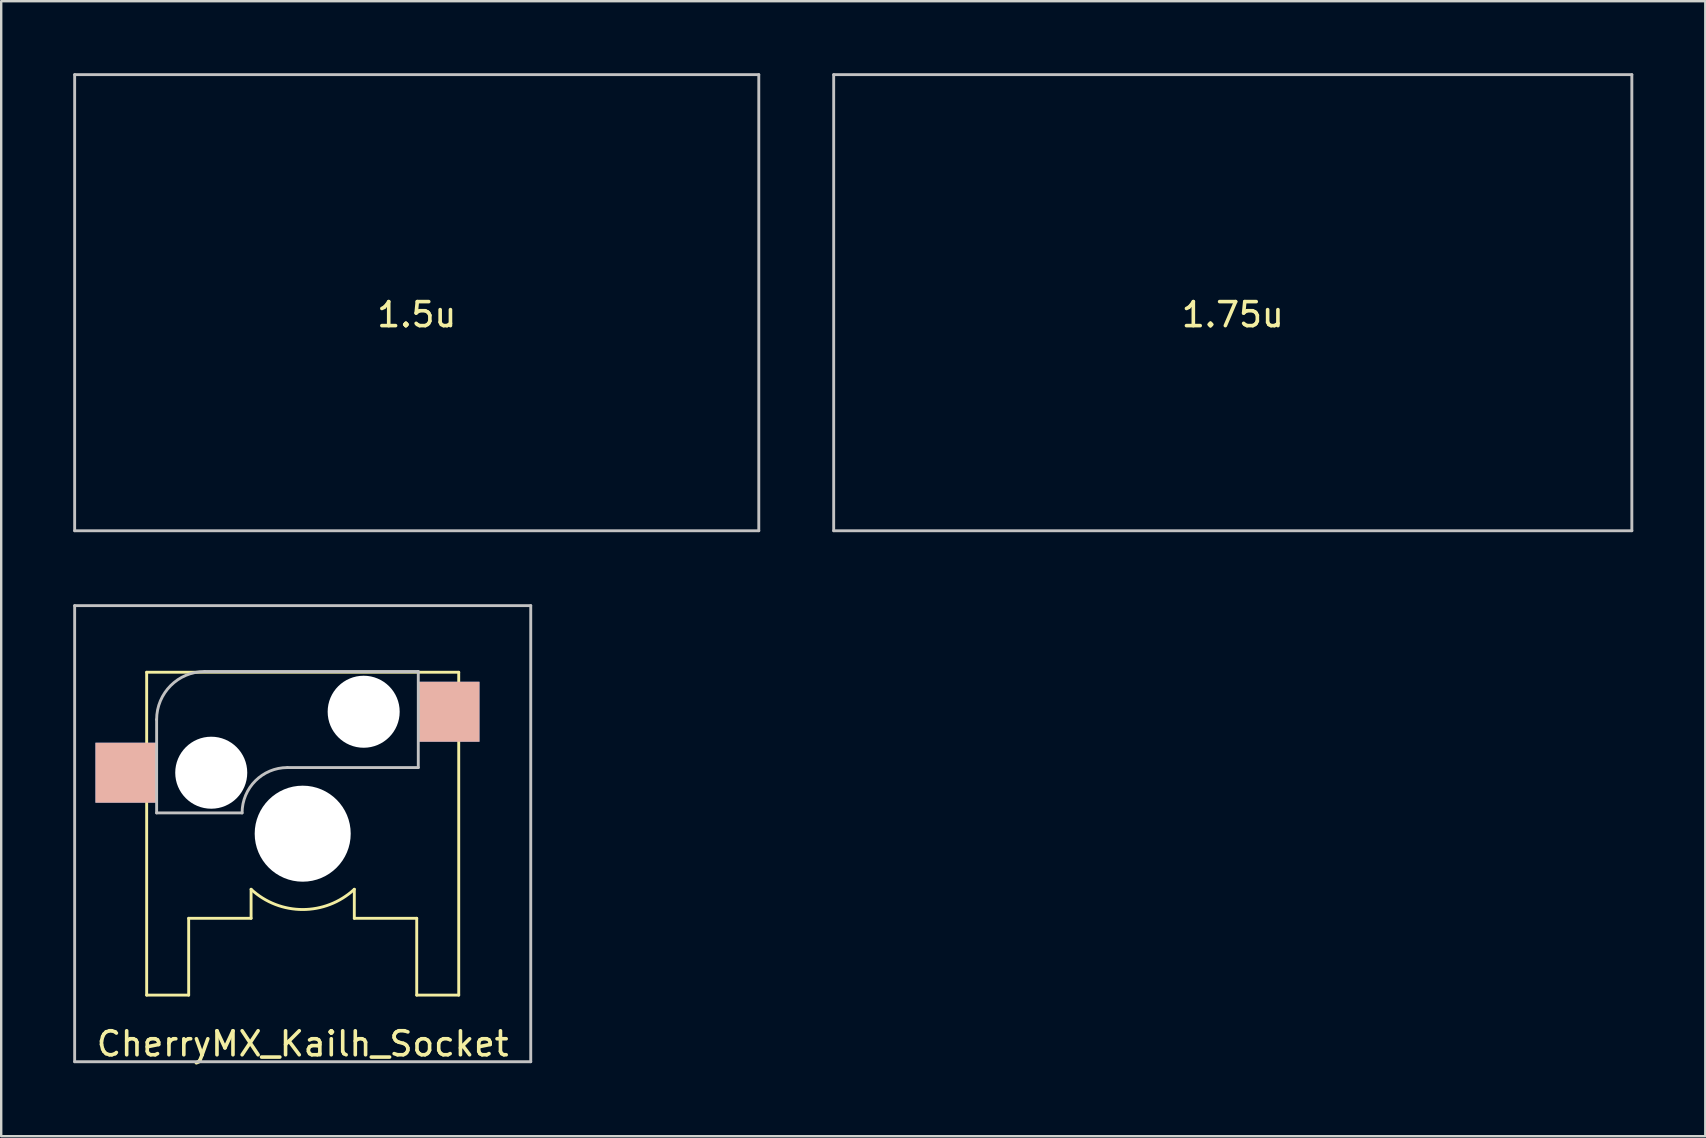
<source format=kicad_pcb>
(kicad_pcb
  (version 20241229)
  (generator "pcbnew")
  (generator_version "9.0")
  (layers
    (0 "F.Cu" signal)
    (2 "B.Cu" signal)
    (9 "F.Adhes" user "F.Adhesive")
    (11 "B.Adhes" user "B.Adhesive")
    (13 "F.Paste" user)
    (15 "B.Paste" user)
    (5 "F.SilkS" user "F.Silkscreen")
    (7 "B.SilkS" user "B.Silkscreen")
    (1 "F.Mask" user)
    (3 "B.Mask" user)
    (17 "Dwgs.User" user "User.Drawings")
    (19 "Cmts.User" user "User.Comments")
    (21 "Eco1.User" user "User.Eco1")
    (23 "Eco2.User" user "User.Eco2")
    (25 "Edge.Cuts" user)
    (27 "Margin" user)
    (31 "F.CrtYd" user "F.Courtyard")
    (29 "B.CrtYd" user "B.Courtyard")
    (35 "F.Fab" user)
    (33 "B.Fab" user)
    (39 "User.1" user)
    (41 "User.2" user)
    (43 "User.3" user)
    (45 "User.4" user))
  (footprint "1.75u"
    (layer "F.Cu")
    (at 48.305 9.56)
    (property "Reference" "1.75u" (at 0 0.5 0) (layer "F.SilkS") (effects (font (size 1 1) (thickness 0.15))))
    (attr through_hole)
    (fp_line (start -16.625 -9.5) (end -16.625 9.5) (stroke (width 0.12) (type solid)) (layer "Dwgs.User"))
    (fp_line (start -16.625 -9.5) (end 16.625 -9.5) (stroke (width 0.12) (type solid)) (layer "Dwgs.User"))
    (fp_line (start -16.625 9.5) (end 16.625 9.5) (stroke (width 0.12) (type solid)) (layer "Dwgs.User"))
    (fp_line (start 16.625 9.5) (end 16.625 -9.5) (stroke (width 0.12) (type solid)) (layer "Dwgs.User")))
  (footprint "CherryMX_Kailh_Socket"
    (layer "F.Cu")
    (at 9.56 31.68)
    (property "Reference" "CherryMX_Kailh_Socket" (at 0 8.755 0) (layer "F.SilkS") (effects (font (size 1 1) (thickness 0.15))))
    (attr through_hole)
    (fp_line (start -6.5 -6.725) (end -6.5 6.725) (stroke (width 0.12) (type solid)) (layer "F.SilkS"))
    (fp_line (start -6.5 -6.725) (end 6.5 -6.725) (stroke (width 0.12) (type solid)) (layer "F.SilkS"))
    (fp_line (start -6.5 6.725) (end -4.75 6.725) (stroke (width 0.12) (type solid)) (layer "F.SilkS"))
    (fp_line (start -4.75 3.525) (end -4.75 6.725) (stroke (width 0.12) (type solid)) (layer "F.SilkS"))
    (fp_line (start -4.75 3.525) (end -2.15 3.525) (stroke (width 0.12) (type solid)) (layer "F.SilkS"))
    (fp_line (start -2.15 2.315) (end -2.15 3.525) (stroke (width 0.12) (type solid)) (layer "F.SilkS"))
    (fp_line (start 2.15 2.315) (end 2.15 3.525) (stroke (width 0.12) (type solid)) (layer "F.SilkS"))
    (fp_line (start 2.15 3.525) (end 4.75 3.525) (stroke (width 0.12) (type solid)) (layer "F.SilkS"))
    (fp_line (start 4.75 3.525) (end 4.75 6.725) (stroke (width 0.12) (type solid)) (layer "F.SilkS"))
    (fp_line (start 4.75 6.725) (end 6.5 6.725) (stroke (width 0.12) (type solid)) (layer "F.SilkS"))
    (fp_line (start 6.5 -6.725) (end 6.5 6.725) (stroke (width 0.12) (type solid)) (layer "F.SilkS"))
    (fp_arc (start 2.149998 2.314998) (mid 0 3.159384) (end -2.149998 2.314998) (stroke (width 0.12) (type solid)) (layer "F.SilkS"))
    (fp_line (start -9.5 -9.5) (end 9.5 -9.5) (stroke (width 0.12) (type solid)) (layer "Dwgs.User"))
    (fp_line (start -9.5 9.5) (end -9.5 -9.5) (stroke (width 0.12) (type solid)) (layer "Dwgs.User"))
    (fp_line (start -6.085 -4.755) (end -6.085 -0.865) (stroke (width 0.12) (type solid)) (layer "Dwgs.User"))
    (fp_line (start -6.085 -0.865) (end -2.525 -0.865) (stroke (width 0.12) (type solid)) (layer "Dwgs.User"))
    (fp_line (start -4.085 -6.755) (end 4.815 -6.755) (stroke (width 0.12) (type solid)) (layer "Dwgs.User"))
    (fp_line (start 4.815 -6.755) (end 4.815 -2.755) (stroke (width 0.12) (type solid)) (layer "Dwgs.User"))
    (fp_line (start 4.815 -2.755) (end -0.635 -2.755) (stroke (width 0.12) (type solid)) (layer "Dwgs.User"))
    (fp_line (start 9.5 -9.5) (end 9.5 9.5) (stroke (width 0.12) (type solid)) (layer "Dwgs.User"))
    (fp_line (start 9.5 9.5) (end -9.5 9.5) (stroke (width 0.12) (type solid)) (layer "Dwgs.User"))
    (fp_arc (start -6.085 -4.755) (mid -5.499214 -6.169214) (end -4.085 -6.755) (stroke (width 0.12) (type solid)) (layer "Dwgs.User"))
    (fp_arc (start -2.525 -0.865) (mid -1.971432 -2.201432) (end -0.635 -2.755) (stroke (width 0.12) (type solid)) (layer "Dwgs.User"))
    (pad "" np_thru_hole circle (at -3.81 -2.54) (size 3 3) (drill 3) (layers "*.Cu" "*.Mask"))
    (pad "" np_thru_hole circle (at 0 0) (size 4 4) (drill 4) (layers "*.Cu" "*.Mask"))
    (pad "" np_thru_hole circle (at 2.54 -5.08) (size 3 3) (drill 3) (layers "*.Cu" "*.Mask"))
    (pad "1" smd rect (at -7.36 -2.54) (size 2.55 2.5) (layers "B.Cu" "B.SilkS" "B.Adhes"))
    (pad "2" smd rect (at 6.09 -5.08) (size 2.55 2.5) (layers "B.Cu" "B.SilkS" "B.Adhes")))
  (footprint "1.5u"
    (layer "F.Cu")
    (at 14.31 9.56)
    (property "Reference" "1.5u" (at 0 0.5 0) (layer "F.SilkS") (effects (font (size 1 1) (thickness 0.15))))
    (attr through_hole)
    (fp_line (start -14.25 -9.5) (end -14.25 9.5) (stroke (width 0.12) (type solid)) (layer "Dwgs.User"))
    (fp_line (start -14.25 -9.5) (end 14.25 -9.5) (stroke (width 0.12) (type solid)) (layer "Dwgs.User"))
    (fp_line (start -14.25 9.5) (end 14.25 9.5) (stroke (width 0.12) (type solid)) (layer "Dwgs.User"))
    (fp_line (start 14.25 9.5) (end 14.25 -9.5) (stroke (width 0.12) (type solid)) (layer "Dwgs.User")))
  (gr_rect
    (start -3 -3)
    (end 67.99 44.283)
    (stroke (width 0.1) (type default))
    (fill no)
    (layer "Edge.Cuts")))
</source>
